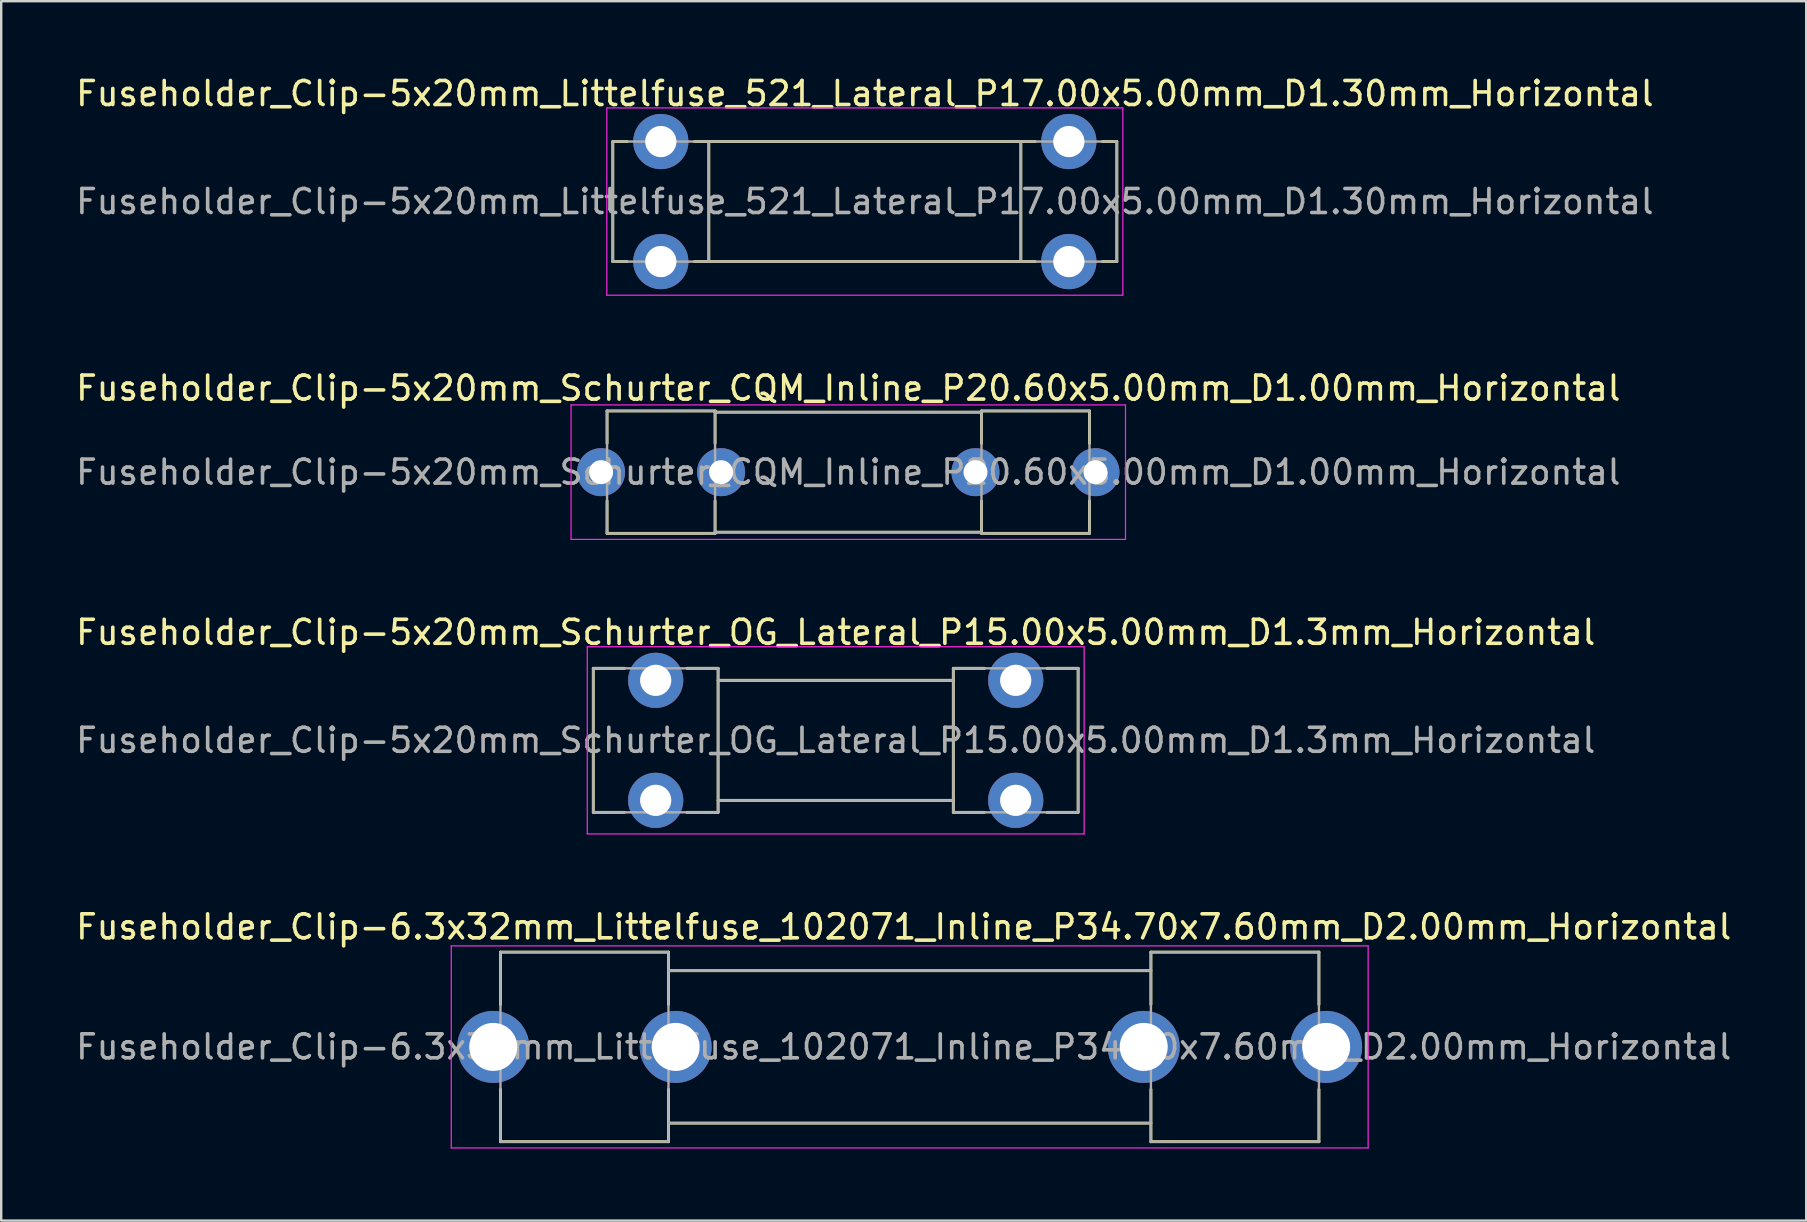
<source format=kicad_pcb>
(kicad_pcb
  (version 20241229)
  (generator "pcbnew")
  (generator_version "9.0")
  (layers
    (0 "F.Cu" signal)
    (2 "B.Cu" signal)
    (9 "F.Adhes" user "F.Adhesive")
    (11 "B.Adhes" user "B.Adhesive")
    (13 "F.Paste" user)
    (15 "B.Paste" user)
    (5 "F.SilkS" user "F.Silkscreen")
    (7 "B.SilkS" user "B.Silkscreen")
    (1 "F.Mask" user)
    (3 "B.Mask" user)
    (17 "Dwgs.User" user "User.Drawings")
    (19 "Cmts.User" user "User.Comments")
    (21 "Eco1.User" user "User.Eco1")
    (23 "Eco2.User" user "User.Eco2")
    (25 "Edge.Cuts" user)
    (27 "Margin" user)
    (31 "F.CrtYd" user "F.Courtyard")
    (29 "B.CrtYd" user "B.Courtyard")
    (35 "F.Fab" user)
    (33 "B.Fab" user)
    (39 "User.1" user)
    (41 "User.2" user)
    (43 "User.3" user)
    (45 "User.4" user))
  (footprint "Fuseholder_Clip-6.3x32mm_Littelfuse_102071_Inline_P34.70x7.60mm_D2.00mm_Horizontal"
    (layer "F.Cu")
    (at 17.501 40.568)
    (property "Reference" "Fuseholder_Clip-6.3x32mm_Littelfuse_102071_Inline_P34.70x7.60mm_D2.00mm_Horizontal" (at 17.1 -5 0) (layer "F.SilkS") (effects (font (size 1 1) (thickness 0.15))))
    (attr through_hole)
    (fp_line (start 0.3 -3.95) (end 0.3 -1.765) (stroke (width 0.12) (type solid)) (layer "F.SilkS"))
    (fp_line (start 0.3 3.95) (end 0.3 1.765) (stroke (width 0.12) (type solid)) (layer "F.SilkS"))
    (fp_line (start 7.3 -3.95) (end 0.3 -3.95) (stroke (width 0.12) (type solid)) (layer "F.SilkS"))
    (fp_line (start 7.3 -3.95) (end 7.3 -1.765) (stroke (width 0.12) (type solid)) (layer "F.SilkS"))
    (fp_line (start 7.3 3.95) (end 0.3 3.95) (stroke (width 0.12) (type solid)) (layer "F.SilkS"))
    (fp_line (start 7.3 3.95) (end 7.3 1.765) (stroke (width 0.12) (type solid)) (layer "F.SilkS"))
    (fp_line (start 27.4 -3.95) (end 27.4 -1.765) (stroke (width 0.12) (type solid)) (layer "F.SilkS"))
    (fp_line (start 27.4 -3.175) (end 7.3 -3.175) (stroke (width 0.12) (type solid)) (layer "F.SilkS"))
    (fp_line (start 27.4 3.175) (end 7.3 3.175) (stroke (width 0.12) (type solid)) (layer "F.SilkS"))
    (fp_line (start 27.4 3.95) (end 27.4 1.765) (stroke (width 0.12) (type solid)) (layer "F.SilkS"))
    (fp_line (start 27.4 3.95) (end 34.4 3.95) (stroke (width 0.12) (type solid)) (layer "F.SilkS"))
    (fp_line (start 34.4 -3.95) (end 27.4 -3.95) (stroke (width 0.12) (type solid)) (layer "F.SilkS"))
    (fp_line (start 34.4 -1.765) (end 34.4 -3.95) (stroke (width 0.12) (type solid)) (layer "F.SilkS"))
    (fp_line (start 34.4 1.765) (end 34.4 3.95) (stroke (width 0.12) (type solid)) (layer "F.SilkS"))
    (fp_line (start -1.75 -4.21) (end -1.75 4.21) (stroke (width 0.05) (type solid)) (layer "F.CrtYd"))
    (fp_line (start -1.75 -4.21) (end 36.45 -4.21) (stroke (width 0.05) (type solid)) (layer "F.CrtYd"))
    (fp_line (start 36.45 4.21) (end -1.75 4.21) (stroke (width 0.05) (type solid)) (layer "F.CrtYd"))
    (fp_line (start 36.45 4.21) (end 36.45 -4.21) (stroke (width 0.05) (type solid)) (layer "F.CrtYd"))
    (fp_line (start 0.3 -3.95) (end 7.3 -3.95) (stroke (width 0.1) (type solid)) (layer "F.Fab"))
    (fp_line (start 0.3 3.95) (end 0.3 -3.95) (stroke (width 0.1) (type solid)) (layer "F.Fab"))
    (fp_line (start 7.3 -3.95) (end 7.3 3.95) (stroke (width 0.1) (type solid)) (layer "F.Fab"))
    (fp_line (start 7.3 -3.175) (end 27.4 -3.175) (stroke (width 0.1) (type solid)) (layer "F.Fab"))
    (fp_line (start 7.3 3.95) (end 0.3 3.95) (stroke (width 0.1) (type solid)) (layer "F.Fab"))
    (fp_line (start 27.4 -3.95) (end 27.4 3.95) (stroke (width 0.1) (type solid)) (layer "F.Fab"))
    (fp_line (start 27.4 3.175) (end 7.3 3.175) (stroke (width 0.1) (type solid)) (layer "F.Fab"))
    (fp_line (start 27.4 3.95) (end 34.4 3.95) (stroke (width 0.1) (type solid)) (layer "F.Fab"))
    (fp_line (start 34.4 -3.95) (end 27.4 -3.95) (stroke (width 0.1) (type solid)) (layer "F.Fab"))
    (fp_line (start 34.4 3.95) (end 34.4 -3.95) (stroke (width 0.1) (type solid)) (layer "F.Fab"))
    (fp_text user "${REFERENCE}" (at 17.1 0 0) (layer "F.Fab") (effects (font (size 1 1) (thickness 0.15))))
    (pad "1" thru_hole circle (at 0 0) (size 3 3) (drill 2) (layers "*.Cu" "*.Mask"))
    (pad "1" thru_hole circle (at 7.6 0) (size 3 3) (drill 2) (layers "*.Cu" "*.Mask"))
    (pad "2" thru_hole circle (at 27.1 0) (size 3 3) (drill 2) (layers "*.Cu" "*.Mask"))
    (pad "2" thru_hole circle (at 34.7 0) (size 3 3) (drill 2) (layers "*.Cu" "*.Mask")))
  (footprint "Fuseholder_Clip-5x20mm_Littelfuse_521_Lateral_P17.00x5.00mm_D1.30mm_Horizontal"
    (layer "F.Cu")
    (at 24.482 2.848)
    (property "Reference" "Fuseholder_Clip-5x20mm_Littelfuse_521_Lateral_P17.00x5.00mm_D1.30mm_Horizontal" (at 8.5 -2 0) (layer "F.SilkS") (effects (font (size 1 1) (thickness 0.15))))
    (attr through_hole)
    (fp_line (start -2 5) (end -2 0) (stroke (width 0.12) (type solid)) (layer "F.SilkS"))
    (fp_line (start -1.4 0) (end -2 0) (stroke (width 0.12) (type solid)) (layer "F.SilkS"))
    (fp_line (start -1.4 5) (end -2 5) (stroke (width 0.12) (type solid)) (layer "F.SilkS"))
    (fp_line (start 2 0) (end 2 5) (stroke (width 0.12) (type solid)) (layer "F.SilkS"))
    (fp_line (start 15 0) (end 15 5) (stroke (width 0.12) (type solid)) (layer "F.SilkS"))
    (fp_line (start 15.6 0) (end 1.4 0) (stroke (width 0.12) (type solid)) (layer "F.SilkS"))
    (fp_line (start 15.6 5) (end 1.4 5) (stroke (width 0.12) (type solid)) (layer "F.SilkS"))
    (fp_line (start 18.4 0) (end 19 0) (stroke (width 0.12) (type solid)) (layer "F.SilkS"))
    (fp_line (start 18.4 5) (end 19 5) (stroke (width 0.12) (type solid)) (layer "F.SilkS"))
    (fp_line (start 19 0) (end 19 5) (stroke (width 0.12) (type solid)) (layer "F.SilkS"))
    (fp_line (start -2.25 -1.4) (end -2.25 6.4) (stroke (width 0.05) (type solid)) (layer "F.CrtYd"))
    (fp_line (start -2.25 -1.4) (end 19.25 -1.4) (stroke (width 0.05) (type solid)) (layer "F.CrtYd"))
    (fp_line (start 19.25 6.4) (end -2.25 6.4) (stroke (width 0.05) (type solid)) (layer "F.CrtYd"))
    (fp_line (start 19.25 6.4) (end 19.25 -1.4) (stroke (width 0.05) (type solid)) (layer "F.CrtYd"))
    (fp_line (start -2 0) (end 19 0) (stroke (width 0.1) (type solid)) (layer "F.Fab"))
    (fp_line (start -2 5) (end -2 0) (stroke (width 0.1) (type solid)) (layer "F.Fab"))
    (fp_line (start 2 0) (end 2 5) (stroke (width 0.1) (type solid)) (layer "F.Fab"))
    (fp_line (start 15 0) (end 15 5) (stroke (width 0.1) (type solid)) (layer "F.Fab"))
    (fp_line (start 19 5) (end -2 5) (stroke (width 0.1) (type solid)) (layer "F.Fab"))
    (fp_line (start 19 5) (end 19 0) (stroke (width 0.1) (type solid)) (layer "F.Fab"))
    (fp_text user "${REFERENCE}" (at 8.5 2.5 0) (layer "F.Fab") (effects (font (size 1 1) (thickness 0.15))))
    (pad "1" thru_hole circle (at 0 0) (size 2.3 2.3) (drill 1.3) (layers "*.Cu" "*.Mask"))
    (pad "1" thru_hole circle (at 0 5) (size 2.3 2.3) (drill 1.3) (layers "*.Cu" "*.Mask"))
    (pad "2" thru_hole circle (at 17 0) (size 2.3 2.3) (drill 1.3) (layers "*.Cu" "*.Mask"))
    (pad "2" thru_hole circle (at 17 5) (size 2.3 2.3) (drill 1.3) (layers "*.Cu" "*.Mask")))
  (footprint "Fuseholder_Clip-5x20mm_Schurter_CQM_Inline_P20.60x5.00mm_D1.00mm_Horizontal"
    (layer "F.Cu")
    (at 21.992 16.622)
    (property "Reference" "Fuseholder_Clip-5x20mm_Schurter_CQM_Inline_P20.60x5.00mm_D1.00mm_Horizontal" (at 10.3 -3.5 0) (layer "F.SilkS") (effects (font (size 1 1) (thickness 0.15))))
    (attr through_hole)
    (fp_line (start 0.25 -2.55) (end 0.25 -1.2) (stroke (width 0.12) (type solid)) (layer "F.SilkS"))
    (fp_line (start 0.25 2.55) (end 0.25 1.2) (stroke (width 0.12) (type solid)) (layer "F.SilkS"))
    (fp_line (start 4.75 -2.55) (end 0.25 -2.55) (stroke (width 0.12) (type solid)) (layer "F.SilkS"))
    (fp_line (start 4.75 -2.55) (end 4.75 -1.2) (stroke (width 0.12) (type solid)) (layer "F.SilkS"))
    (fp_line (start 4.75 2.55) (end 0.25 2.55) (stroke (width 0.12) (type solid)) (layer "F.SilkS"))
    (fp_line (start 4.75 2.55) (end 4.75 1.2) (stroke (width 0.12) (type solid)) (layer "F.SilkS"))
    (fp_line (start 15.85 -2.55) (end 15.85 -1.2) (stroke (width 0.12) (type solid)) (layer "F.SilkS"))
    (fp_line (start 15.85 -2.5) (end 4.75 -2.5) (stroke (width 0.12) (type solid)) (layer "F.SilkS"))
    (fp_line (start 15.85 2.5) (end 4.75 2.5) (stroke (width 0.12) (type solid)) (layer "F.SilkS"))
    (fp_line (start 15.85 2.55) (end 15.85 1.2) (stroke (width 0.12) (type solid)) (layer "F.SilkS"))
    (fp_line (start 15.85 2.55) (end 20.35 2.55) (stroke (width 0.12) (type solid)) (layer "F.SilkS"))
    (fp_line (start 20.35 -2.55) (end 15.85 -2.55) (stroke (width 0.12) (type solid)) (layer "F.SilkS"))
    (fp_line (start 20.35 -1.2) (end 20.35 -2.55) (stroke (width 0.12) (type solid)) (layer "F.SilkS"))
    (fp_line (start 20.35 1.2) (end 20.35 2.55) (stroke (width 0.12) (type solid)) (layer "F.SilkS"))
    (fp_line (start -1.25 -2.8) (end -1.25 2.8) (stroke (width 0.05) (type solid)) (layer "F.CrtYd"))
    (fp_line (start -1.25 -2.8) (end 21.85 -2.8) (stroke (width 0.05) (type solid)) (layer "F.CrtYd"))
    (fp_line (start 21.85 2.8) (end -1.25 2.8) (stroke (width 0.05) (type solid)) (layer "F.CrtYd"))
    (fp_line (start 21.85 2.8) (end 21.85 -2.8) (stroke (width 0.05) (type solid)) (layer "F.CrtYd"))
    (fp_line (start 0.25 -2.55) (end 4.75 -2.55) (stroke (width 0.1) (type solid)) (layer "F.Fab"))
    (fp_line (start 0.25 2.55) (end 0.25 -2.55) (stroke (width 0.1) (type solid)) (layer "F.Fab"))
    (fp_line (start 4.75 -2.55) (end 4.75 2.55) (stroke (width 0.1) (type solid)) (layer "F.Fab"))
    (fp_line (start 4.75 -2.5) (end 15.85 -2.5) (stroke (width 0.1) (type solid)) (layer "F.Fab"))
    (fp_line (start 4.75 2.55) (end 0.25 2.55) (stroke (width 0.1) (type solid)) (layer "F.Fab"))
    (fp_line (start 15.85 -2.55) (end 15.85 2.55) (stroke (width 0.1) (type solid)) (layer "F.Fab"))
    (fp_line (start 15.85 2.5) (end 4.75 2.5) (stroke (width 0.1) (type solid)) (layer "F.Fab"))
    (fp_line (start 15.85 2.55) (end 20.35 2.55) (stroke (width 0.1) (type solid)) (layer "F.Fab"))
    (fp_line (start 20.35 -2.55) (end 15.85 -2.55) (stroke (width 0.1) (type solid)) (layer "F.Fab"))
    (fp_line (start 20.35 2.55) (end 20.35 -2.55) (stroke (width 0.1) (type solid)) (layer "F.Fab"))
    (fp_text user "${REFERENCE}" (at 10.3 0 0) (layer "F.Fab") (effects (font (size 1 1) (thickness 0.15))))
    (pad "1" thru_hole circle (at 0 0) (size 2 2) (drill 1) (layers "*.Cu" "*.Mask"))
    (pad "1" thru_hole circle (at 5 0) (size 2 2) (drill 1) (layers "*.Cu" "*.Mask"))
    (pad "2" thru_hole circle (at 15.6 0) (size 2 2) (drill 1) (layers "*.Cu" "*.Mask"))
    (pad "2" thru_hole circle (at 20.6 0) (size 2 2) (drill 1) (layers "*.Cu" "*.Mask")))
  (footprint "Fuseholder_Clip-5x20mm_Schurter_OG_Lateral_P15.00x5.00mm_D1.3mm_Horizontal"
    (layer "F.Cu")
    (at 24.268 25.295)
    (property "Reference" "Fuseholder_Clip-5x20mm_Schurter_OG_Lateral_P15.00x5.00mm_D1.3mm_Horizontal" (at 7.5 -2 0) (layer "F.SilkS") (effects (font (size 1 1) (thickness 0.15))))
    (attr through_hole)
    (fp_line (start -2.6 5.5) (end -2.6 -0.5) (stroke (width 0.12) (type solid)) (layer "F.SilkS"))
    (fp_line (start -1.3 -0.5) (end -2.6 -0.5) (stroke (width 0.12) (type solid)) (layer "F.SilkS"))
    (fp_line (start -1.3 5.5) (end -2.6 5.5) (stroke (width 0.12) (type solid)) (layer "F.SilkS"))
    (fp_line (start 2.6 -0.5) (end 1.3 -0.5) (stroke (width 0.12) (type solid)) (layer "F.SilkS"))
    (fp_line (start 2.6 -0.5) (end 2.6 5.5) (stroke (width 0.12) (type solid)) (layer "F.SilkS"))
    (fp_line (start 2.6 5.5) (end 1.3 5.5) (stroke (width 0.12) (type solid)) (layer "F.SilkS"))
    (fp_line (start 12.4 -0.5) (end 12.4 5.5) (stroke (width 0.12) (type solid)) (layer "F.SilkS"))
    (fp_line (start 12.4 0) (end 2.6 0) (stroke (width 0.12) (type solid)) (layer "F.SilkS"))
    (fp_line (start 12.4 5) (end 2.6 5) (stroke (width 0.12) (type solid)) (layer "F.SilkS"))
    (fp_line (start 13.7 -0.5) (end 12.4 -0.5) (stroke (width 0.12) (type solid)) (layer "F.SilkS"))
    (fp_line (start 13.7 5.5) (end 12.4 5.5) (stroke (width 0.12) (type solid)) (layer "F.SilkS"))
    (fp_line (start 16.3 -0.5) (end 17.6 -0.5) (stroke (width 0.12) (type solid)) (layer "F.SilkS"))
    (fp_line (start 16.3 5.5) (end 17.6 5.5) (stroke (width 0.12) (type solid)) (layer "F.SilkS"))
    (fp_line (start 17.6 -0.5) (end 17.6 5.5) (stroke (width 0.12) (type solid)) (layer "F.SilkS"))
    (fp_line (start -2.85 -1.4) (end -2.85 6.4) (stroke (width 0.05) (type solid)) (layer "F.CrtYd"))
    (fp_line (start -2.85 -1.4) (end 17.85 -1.4) (stroke (width 0.05) (type solid)) (layer "F.CrtYd"))
    (fp_line (start 17.85 6.4) (end -2.85 6.4) (stroke (width 0.05) (type solid)) (layer "F.CrtYd"))
    (fp_line (start 17.85 6.4) (end 17.85 -1.4) (stroke (width 0.05) (type solid)) (layer "F.CrtYd"))
    (fp_line (start -2.6 -0.5) (end 2.6 -0.5) (stroke (width 0.1) (type solid)) (layer "F.Fab"))
    (fp_line (start -2.6 5.5) (end -2.6 -0.5) (stroke (width 0.1) (type solid)) (layer "F.Fab"))
    (fp_line (start 2.6 -0.5) (end 2.6 5.5) (stroke (width 0.1) (type solid)) (layer "F.Fab"))
    (fp_line (start 2.6 0) (end 12.4 0) (stroke (width 0.1) (type solid)) (layer "F.Fab"))
    (fp_line (start 2.6 5.5) (end -2.6 5.5) (stroke (width 0.1) (type solid)) (layer "F.Fab"))
    (fp_line (start 12.4 -0.5) (end 12.4 5.5) (stroke (width 0.1) (type solid)) (layer "F.Fab"))
    (fp_line (start 12.4 5) (end 2.6 5) (stroke (width 0.1) (type solid)) (layer "F.Fab"))
    (fp_line (start 12.4 5.5) (end 17.6 5.5) (stroke (width 0.1) (type solid)) (layer "F.Fab"))
    (fp_line (start 17.6 -0.5) (end 12.4 -0.5) (stroke (width 0.1) (type solid)) (layer "F.Fab"))
    (fp_line (start 17.6 5.5) (end 17.6 -0.5) (stroke (width 0.1) (type solid)) (layer "F.Fab"))
    (fp_text user "${REFERENCE}" (at 7.5 2.5 0) (layer "F.Fab") (effects (font (size 1 1) (thickness 0.15))))
    (pad "1" thru_hole circle (at 0 0) (size 2.3 2.3) (drill 1.3) (layers "*.Cu" "*.Mask"))
    (pad "1" thru_hole circle (at 0 5) (size 2.3 2.3) (drill 1.3) (layers "*.Cu" "*.Mask"))
    (pad "2" thru_hole circle (at 15 0) (size 2.3 2.3) (drill 1.3) (layers "*.Cu" "*.Mask"))
    (pad "2" thru_hole circle (at 15 5) (size 2.3 2.3) (drill 1.3) (layers "*.Cu" "*.Mask")))
  (gr_rect
    (start -3 -3)
    (end 72.202 47.803)
    (stroke (width 0.1) (type default))
    (fill no)
    (layer "Edge.Cuts")))
</source>
